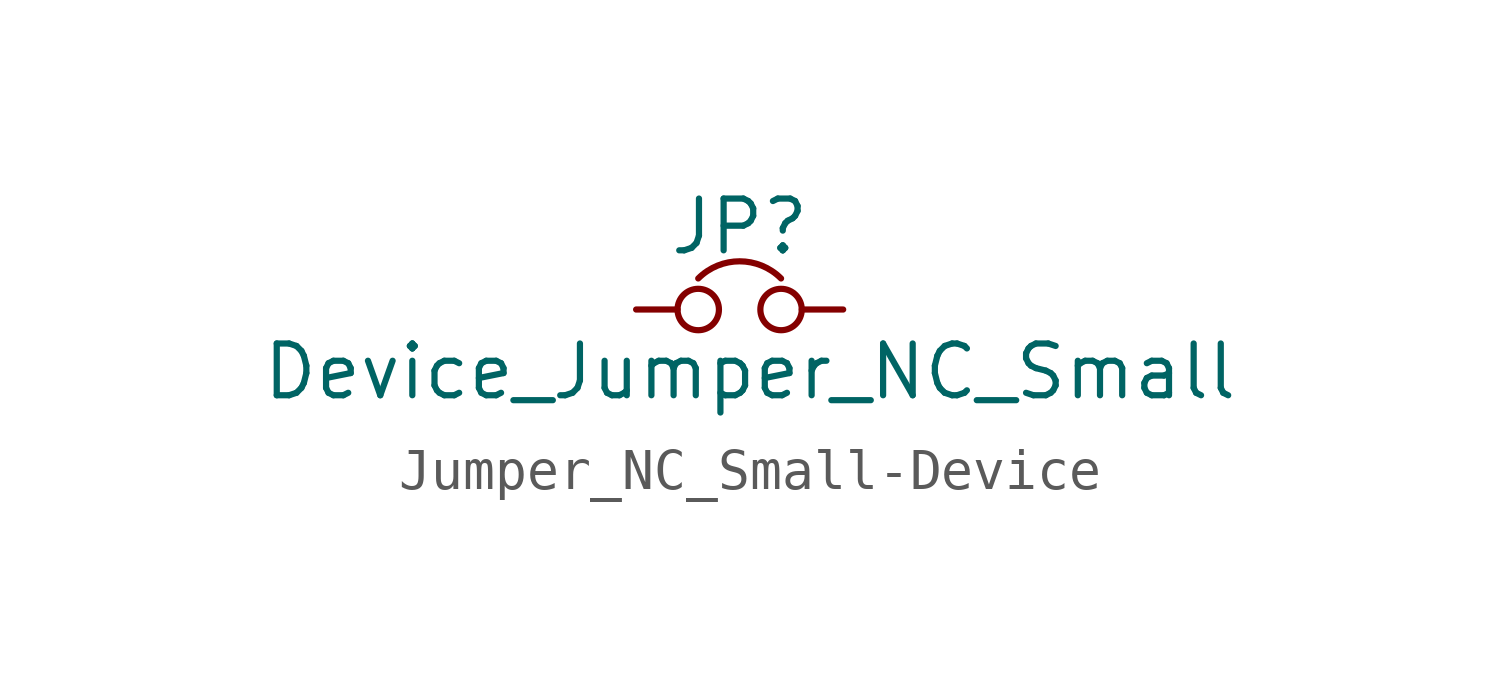
<source format=kicad_sym>
(kicad_symbol_lib
  (version 20241209)
  (generator "kicad_symbol_editor")
  (generator_version "9.0")
  (symbol "Jumper_NC_Small-Device"
    (pin_numbers
      (hide yes))
    (pin_names
      (offset 0.762)
      (hide yes))
    (property "Reference" "JP"
      (at 0 2.032 0)
      (effects (font (size 1.27 1.27))))
    (property "Value" "Device_Jumper_NC_Small"
      (at 0.254 -1.524 0)
      (effects (font (size 1.27 1.27))))
    (symbol "Jumper_NC_Small-Device_0_1"
      (circle (center -1.016 0) (radius 0.508) (stroke (width 0) (type solid)) (fill (type none)))
      (arc (start -1.016 0.762) (mid 0 1.1828) (end 1.016 0.762) (stroke (width 0) (type solid)) (fill (type none)))
      (circle (center 1.016 0) (radius 0.508) (stroke (width 0) (type solid)) (fill (type none)))
      (pin passive line (at -2.54 0 0) (length 1.016) (name "1" (effects (font (size 1.27 1.27)))) (number "1" (effects (font (size 1.27 1.27)))))
      (pin passive line (at 2.54 0 180) (length 1.016) (name "2" (effects (font (size 1.27 1.27)))) (number "2" (effects (font (size 1.27 1.27))))))))
</source>
